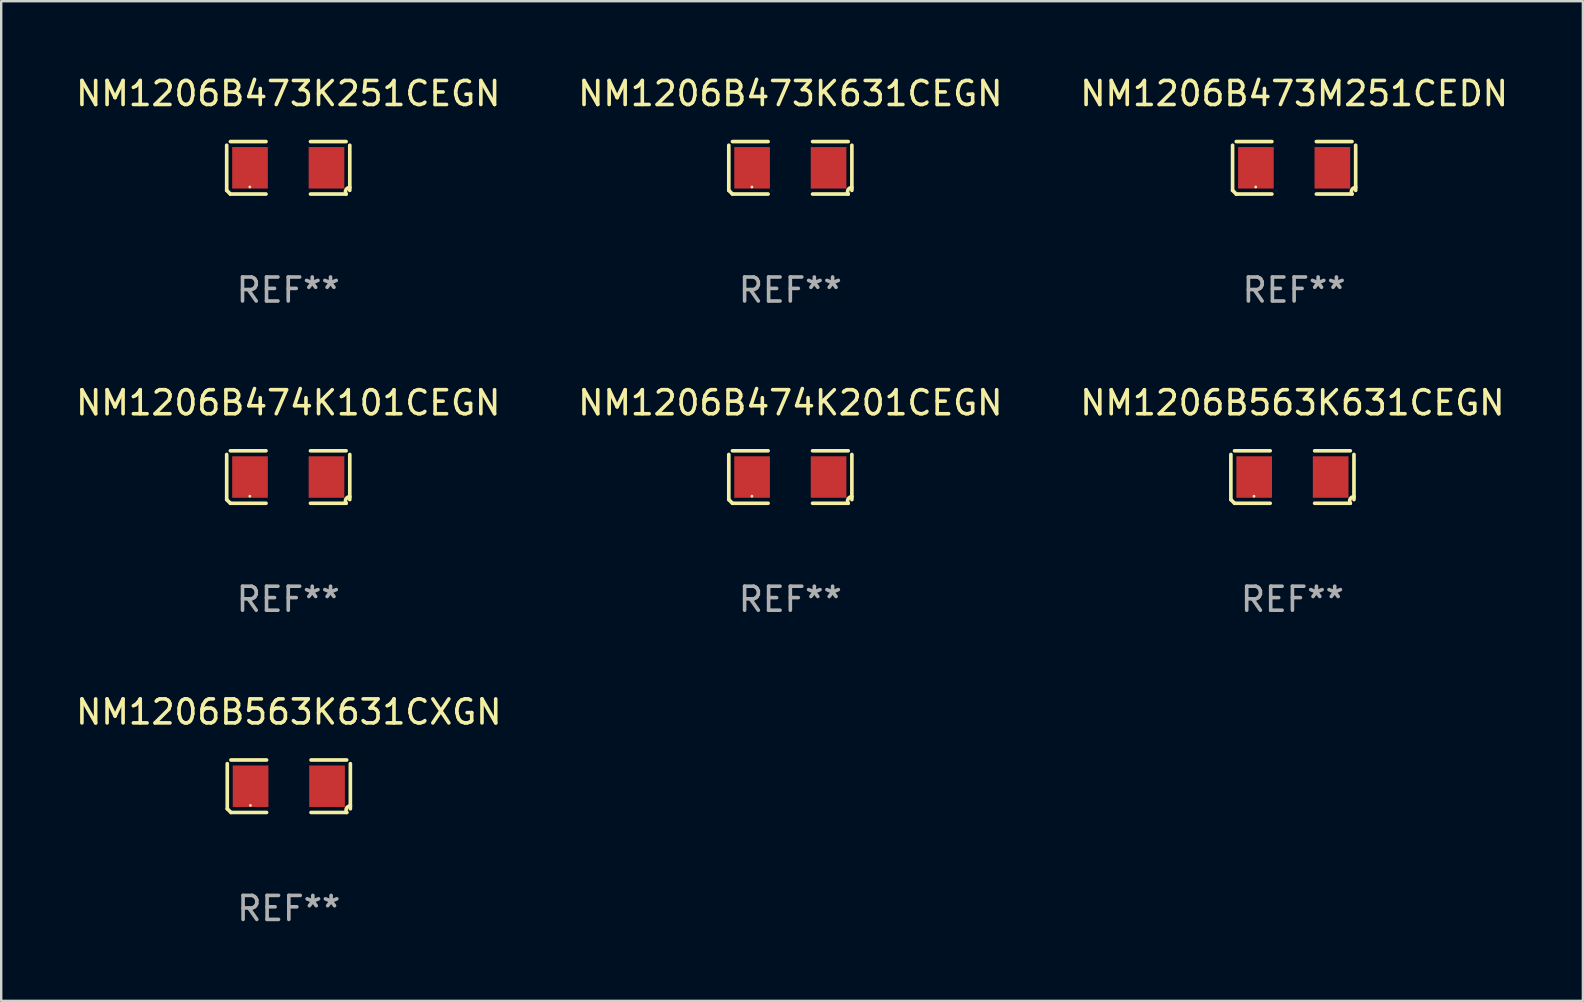
<source format=kicad_pcb>
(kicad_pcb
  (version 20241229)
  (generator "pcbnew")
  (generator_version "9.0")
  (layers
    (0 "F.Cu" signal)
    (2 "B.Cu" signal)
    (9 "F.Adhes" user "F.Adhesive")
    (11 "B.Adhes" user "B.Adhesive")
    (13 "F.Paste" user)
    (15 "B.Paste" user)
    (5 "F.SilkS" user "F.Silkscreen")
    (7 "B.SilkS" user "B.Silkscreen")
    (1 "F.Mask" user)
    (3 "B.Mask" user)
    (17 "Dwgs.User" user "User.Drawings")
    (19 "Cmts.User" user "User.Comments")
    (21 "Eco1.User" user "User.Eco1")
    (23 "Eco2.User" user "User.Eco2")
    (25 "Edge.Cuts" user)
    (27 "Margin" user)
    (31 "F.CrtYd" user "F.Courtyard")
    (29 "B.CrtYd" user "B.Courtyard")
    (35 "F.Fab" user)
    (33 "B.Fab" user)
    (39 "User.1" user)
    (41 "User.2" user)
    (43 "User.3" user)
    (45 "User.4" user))
  (footprint "NM1206B474K101CEGN"
    (layer "F.Cu")
    (at 8.958 16.823)
    (property "Reference" "NM1206B474K101CEGN" (at 0 -3.093 0) (layer "F.SilkS") (effects (font (size 1 1) (thickness 0.15))))
    (attr through_hole)
    (fp_line (start -2.564 0.94) (end -2.564 -0.94) (stroke (width 0.152) (type solid)) (layer "F.SilkS"))
    (fp_line (start -2.411 -1.093) (end -0.926 -1.093) (stroke (width 0.152) (type solid)) (layer "F.SilkS"))
    (fp_line (start -0.926 1.093) (end -2.411 1.093) (stroke (width 0.152) (type solid)) (layer "F.SilkS"))
    (fp_line (start 0.926 1.093) (end 2.411 1.093) (stroke (width 0.152) (type solid)) (layer "F.SilkS"))
    (fp_line (start 2.411 -1.093) (end 0.926 -1.093) (stroke (width 0.152) (type solid)) (layer "F.SilkS"))
    (fp_line (start 2.564 0.94) (end 2.564 -0.94) (stroke (width 0.152) (type solid)) (layer "F.SilkS"))
    (fp_arc (start -2.411201 1.092609) (mid -2.487413 1.01642) (end -2.563602 0.940208) (stroke (width 0.1524) (type solid)) (layer "F.SilkS"))
    (fp_arc (start 2.411201 1.092609) (mid 2.407159 0.911226) (end 2.563602 0.819347) (stroke (width 0.1524) (type solid)) (layer "F.SilkS"))
    (fp_circle (center -1.6 0.8) (end -1.57 0.8) (stroke (width 0.06) (type solid)) (fill no) (layer "F.SilkS"))
    (fp_text user "REF**" (at 0 5.093 0) (layer "F.Fab") (effects (font (size 1 1) (thickness 0.15))))
    (pad "1" smd rect (at -1.593 0) (size 1.485 1.728) (layers "F.Cu" "F.Mask" "F.Paste"))
    (pad "2" smd rect (at 1.593 0) (size 1.485 1.728) (layers "F.Cu" "F.Mask" "F.Paste")))
  (footprint "NM1206B473M251CEDN"
    (layer "F.Cu")
    (at 50.863 3.941)
    (property "Reference" "NM1206B473M251CEDN" (at 0 -3.093 0) (layer "F.SilkS") (effects (font (size 1 1) (thickness 0.15))))
    (attr through_hole)
    (fp_line (start -2.564 0.94) (end -2.564 -0.94) (stroke (width 0.152) (type solid)) (layer "F.SilkS"))
    (fp_line (start -2.411 -1.093) (end -0.926 -1.093) (stroke (width 0.152) (type solid)) (layer "F.SilkS"))
    (fp_line (start -0.926 1.093) (end -2.411 1.093) (stroke (width 0.152) (type solid)) (layer "F.SilkS"))
    (fp_line (start 0.926 1.093) (end 2.411 1.093) (stroke (width 0.152) (type solid)) (layer "F.SilkS"))
    (fp_line (start 2.411 -1.093) (end 0.926 -1.093) (stroke (width 0.152) (type solid)) (layer "F.SilkS"))
    (fp_line (start 2.564 0.94) (end 2.564 -0.94) (stroke (width 0.152) (type solid)) (layer "F.SilkS"))
    (fp_arc (start -2.411201 1.092609) (mid -2.487413 1.01642) (end -2.563602 0.940208) (stroke (width 0.1524) (type solid)) (layer "F.SilkS"))
    (fp_arc (start 2.411201 1.092609) (mid 2.407159 0.911226) (end 2.563602 0.819347) (stroke (width 0.1524) (type solid)) (layer "F.SilkS"))
    (fp_circle (center -1.6 0.8) (end -1.57 0.8) (stroke (width 0.06) (type solid)) (fill no) (layer "F.SilkS"))
    (fp_text user "REF**" (at 0 5.093 0) (layer "F.Fab") (effects (font (size 1 1) (thickness 0.15))))
    (pad "1" smd rect (at -1.593 0) (size 1.485 1.728) (layers "F.Cu" "F.Mask" "F.Paste"))
    (pad "2" smd rect (at 1.593 0) (size 1.485 1.728) (layers "F.Cu" "F.Mask" "F.Paste")))
  (footprint "NM1206B473K631CEGN"
    (layer "F.Cu")
    (at 29.875 3.941)
    (property "Reference" "NM1206B473K631CEGN" (at 0 -3.093 0) (layer "F.SilkS") (effects (font (size 1 1) (thickness 0.15))))
    (attr through_hole)
    (fp_line (start -2.564 0.94) (end -2.564 -0.94) (stroke (width 0.152) (type solid)) (layer "F.SilkS"))
    (fp_line (start -2.411 -1.093) (end -0.926 -1.093) (stroke (width 0.152) (type solid)) (layer "F.SilkS"))
    (fp_line (start -0.926 1.093) (end -2.411 1.093) (stroke (width 0.152) (type solid)) (layer "F.SilkS"))
    (fp_line (start 0.926 1.093) (end 2.411 1.093) (stroke (width 0.152) (type solid)) (layer "F.SilkS"))
    (fp_line (start 2.411 -1.093) (end 0.926 -1.093) (stroke (width 0.152) (type solid)) (layer "F.SilkS"))
    (fp_line (start 2.564 0.94) (end 2.564 -0.94) (stroke (width 0.152) (type solid)) (layer "F.SilkS"))
    (fp_arc (start -2.411201 1.092609) (mid -2.487413 1.01642) (end -2.563602 0.940208) (stroke (width 0.1524) (type solid)) (layer "F.SilkS"))
    (fp_arc (start 2.411201 1.092609) (mid 2.407159 0.911226) (end 2.563602 0.819347) (stroke (width 0.1524) (type solid)) (layer "F.SilkS"))
    (fp_circle (center -1.6 0.8) (end -1.57 0.8) (stroke (width 0.06) (type solid)) (fill no) (layer "F.SilkS"))
    (fp_text user "REF**" (at 0 5.093 0) (layer "F.Fab") (effects (font (size 1 1) (thickness 0.15))))
    (pad "1" smd rect (at -1.593 0) (size 1.485 1.728) (layers "F.Cu" "F.Mask" "F.Paste"))
    (pad "2" smd rect (at 1.593 0) (size 1.485 1.728) (layers "F.Cu" "F.Mask" "F.Paste")))
  (footprint "NM1206B473K251CEGN"
    (layer "F.Cu")
    (at 8.958 3.941)
    (property "Reference" "NM1206B473K251CEGN" (at 0 -3.093 0) (layer "F.SilkS") (effects (font (size 1 1) (thickness 0.15))))
    (attr through_hole)
    (fp_line (start -2.564 0.94) (end -2.564 -0.94) (stroke (width 0.152) (type solid)) (layer "F.SilkS"))
    (fp_line (start -2.411 -1.093) (end -0.926 -1.093) (stroke (width 0.152) (type solid)) (layer "F.SilkS"))
    (fp_line (start -0.926 1.093) (end -2.411 1.093) (stroke (width 0.152) (type solid)) (layer "F.SilkS"))
    (fp_line (start 0.926 1.093) (end 2.411 1.093) (stroke (width 0.152) (type solid)) (layer "F.SilkS"))
    (fp_line (start 2.411 -1.093) (end 0.926 -1.093) (stroke (width 0.152) (type solid)) (layer "F.SilkS"))
    (fp_line (start 2.564 0.94) (end 2.564 -0.94) (stroke (width 0.152) (type solid)) (layer "F.SilkS"))
    (fp_arc (start -2.411201 1.092609) (mid -2.487413 1.01642) (end -2.563602 0.940208) (stroke (width 0.1524) (type solid)) (layer "F.SilkS"))
    (fp_arc (start 2.411201 1.092609) (mid 2.407159 0.911226) (end 2.563602 0.819347) (stroke (width 0.1524) (type solid)) (layer "F.SilkS"))
    (fp_circle (center -1.6 0.8) (end -1.57 0.8) (stroke (width 0.06) (type solid)) (fill no) (layer "F.SilkS"))
    (fp_text user "REF**" (at 0 5.093 0) (layer "F.Fab") (effects (font (size 1 1) (thickness 0.15))))
    (pad "1" smd rect (at -1.593 0) (size 1.485 1.728) (layers "F.Cu" "F.Mask" "F.Paste"))
    (pad "2" smd rect (at 1.593 0) (size 1.485 1.728) (layers "F.Cu" "F.Mask" "F.Paste")))
  (footprint "NM1206B474K201CEGN"
    (layer "F.Cu")
    (at 29.875 16.823)
    (property "Reference" "NM1206B474K201CEGN" (at 0 -3.093 0) (layer "F.SilkS") (effects (font (size 1 1) (thickness 0.15))))
    (attr through_hole)
    (fp_line (start -2.564 0.94) (end -2.564 -0.94) (stroke (width 0.152) (type solid)) (layer "F.SilkS"))
    (fp_line (start -2.411 -1.093) (end -0.926 -1.093) (stroke (width 0.152) (type solid)) (layer "F.SilkS"))
    (fp_line (start -0.926 1.093) (end -2.411 1.093) (stroke (width 0.152) (type solid)) (layer "F.SilkS"))
    (fp_line (start 0.926 1.093) (end 2.411 1.093) (stroke (width 0.152) (type solid)) (layer "F.SilkS"))
    (fp_line (start 2.411 -1.093) (end 0.926 -1.093) (stroke (width 0.152) (type solid)) (layer "F.SilkS"))
    (fp_line (start 2.564 0.94) (end 2.564 -0.94) (stroke (width 0.152) (type solid)) (layer "F.SilkS"))
    (fp_arc (start -2.411201 1.092609) (mid -2.487413 1.01642) (end -2.563602 0.940208) (stroke (width 0.1524) (type solid)) (layer "F.SilkS"))
    (fp_arc (start 2.411201 1.092609) (mid 2.407159 0.911226) (end 2.563602 0.819347) (stroke (width 0.1524) (type solid)) (layer "F.SilkS"))
    (fp_circle (center -1.6 0.8) (end -1.57 0.8) (stroke (width 0.06) (type solid)) (fill no) (layer "F.SilkS"))
    (fp_text user "REF**" (at 0 5.093 0) (layer "F.Fab") (effects (font (size 1 1) (thickness 0.15))))
    (pad "1" smd rect (at -1.593 0) (size 1.485 1.728) (layers "F.Cu" "F.Mask" "F.Paste"))
    (pad "2" smd rect (at 1.593 0) (size 1.485 1.728) (layers "F.Cu" "F.Mask" "F.Paste")))
  (footprint "NM1206B563K631CEGN"
    (layer "F.Cu")
    (at 50.792 16.823)
    (property "Reference" "NM1206B563K631CEGN" (at 0 -3.093 0) (layer "F.SilkS") (effects (font (size 1 1) (thickness 0.15))))
    (attr through_hole)
    (fp_line (start -2.564 0.94) (end -2.564 -0.94) (stroke (width 0.152) (type solid)) (layer "F.SilkS"))
    (fp_line (start -2.411 -1.093) (end -0.926 -1.093) (stroke (width 0.152) (type solid)) (layer "F.SilkS"))
    (fp_line (start -0.926 1.093) (end -2.411 1.093) (stroke (width 0.152) (type solid)) (layer "F.SilkS"))
    (fp_line (start 0.926 1.093) (end 2.411 1.093) (stroke (width 0.152) (type solid)) (layer "F.SilkS"))
    (fp_line (start 2.411 -1.093) (end 0.926 -1.093) (stroke (width 0.152) (type solid)) (layer "F.SilkS"))
    (fp_line (start 2.564 0.94) (end 2.564 -0.94) (stroke (width 0.152) (type solid)) (layer "F.SilkS"))
    (fp_arc (start -2.411201 1.092609) (mid -2.487413 1.01642) (end -2.563602 0.940208) (stroke (width 0.1524) (type solid)) (layer "F.SilkS"))
    (fp_arc (start 2.411201 1.092609) (mid 2.407159 0.911226) (end 2.563602 0.819347) (stroke (width 0.1524) (type solid)) (layer "F.SilkS"))
    (fp_circle (center -1.6 0.8) (end -1.57 0.8) (stroke (width 0.06) (type solid)) (fill no) (layer "F.SilkS"))
    (fp_text user "REF**" (at 0 5.093 0) (layer "F.Fab") (effects (font (size 1 1) (thickness 0.15))))
    (pad "1" smd rect (at -1.593 0) (size 1.485 1.728) (layers "F.Cu" "F.Mask" "F.Paste"))
    (pad "2" smd rect (at 1.593 0) (size 1.485 1.728) (layers "F.Cu" "F.Mask" "F.Paste")))
  (footprint "NM1206B563K631CXGN"
    (layer "F.Cu")
    (at 8.982 29.704)
    (property "Reference" "NM1206B563K631CXGN" (at 0 -3.093 0) (layer "F.SilkS") (effects (font (size 1 1) (thickness 0.15))))
    (attr through_hole)
    (fp_line (start -2.564 0.94) (end -2.564 -0.94) (stroke (width 0.152) (type solid)) (layer "F.SilkS"))
    (fp_line (start -2.411 -1.093) (end -0.926 -1.093) (stroke (width 0.152) (type solid)) (layer "F.SilkS"))
    (fp_line (start -0.926 1.093) (end -2.411 1.093) (stroke (width 0.152) (type solid)) (layer "F.SilkS"))
    (fp_line (start 0.926 1.093) (end 2.411 1.093) (stroke (width 0.152) (type solid)) (layer "F.SilkS"))
    (fp_line (start 2.411 -1.093) (end 0.926 -1.093) (stroke (width 0.152) (type solid)) (layer "F.SilkS"))
    (fp_line (start 2.564 0.94) (end 2.564 -0.94) (stroke (width 0.152) (type solid)) (layer "F.SilkS"))
    (fp_arc (start -2.411201 1.092609) (mid -2.487413 1.01642) (end -2.563602 0.940208) (stroke (width 0.1524) (type solid)) (layer "F.SilkS"))
    (fp_arc (start 2.411201 1.092609) (mid 2.407159 0.911226) (end 2.563602 0.819347) (stroke (width 0.1524) (type solid)) (layer "F.SilkS"))
    (fp_circle (center -1.6 0.8) (end -1.57 0.8) (stroke (width 0.06) (type solid)) (fill no) (layer "F.SilkS"))
    (fp_text user "REF**" (at 0 5.093 0) (layer "F.Fab") (effects (font (size 1 1) (thickness 0.15))))
    (pad "1" smd rect (at -1.593 0) (size 1.485 1.728) (layers "F.Cu" "F.Mask" "F.Paste"))
    (pad "2" smd rect (at 1.593 0) (size 1.485 1.728) (layers "F.Cu" "F.Mask" "F.Paste")))
  (gr_rect
    (start -3 -3)
    (end 62.893 38.645)
    (stroke (width 0.1) (type default))
    (fill no)
    (layer "Edge.Cuts")))
</source>
